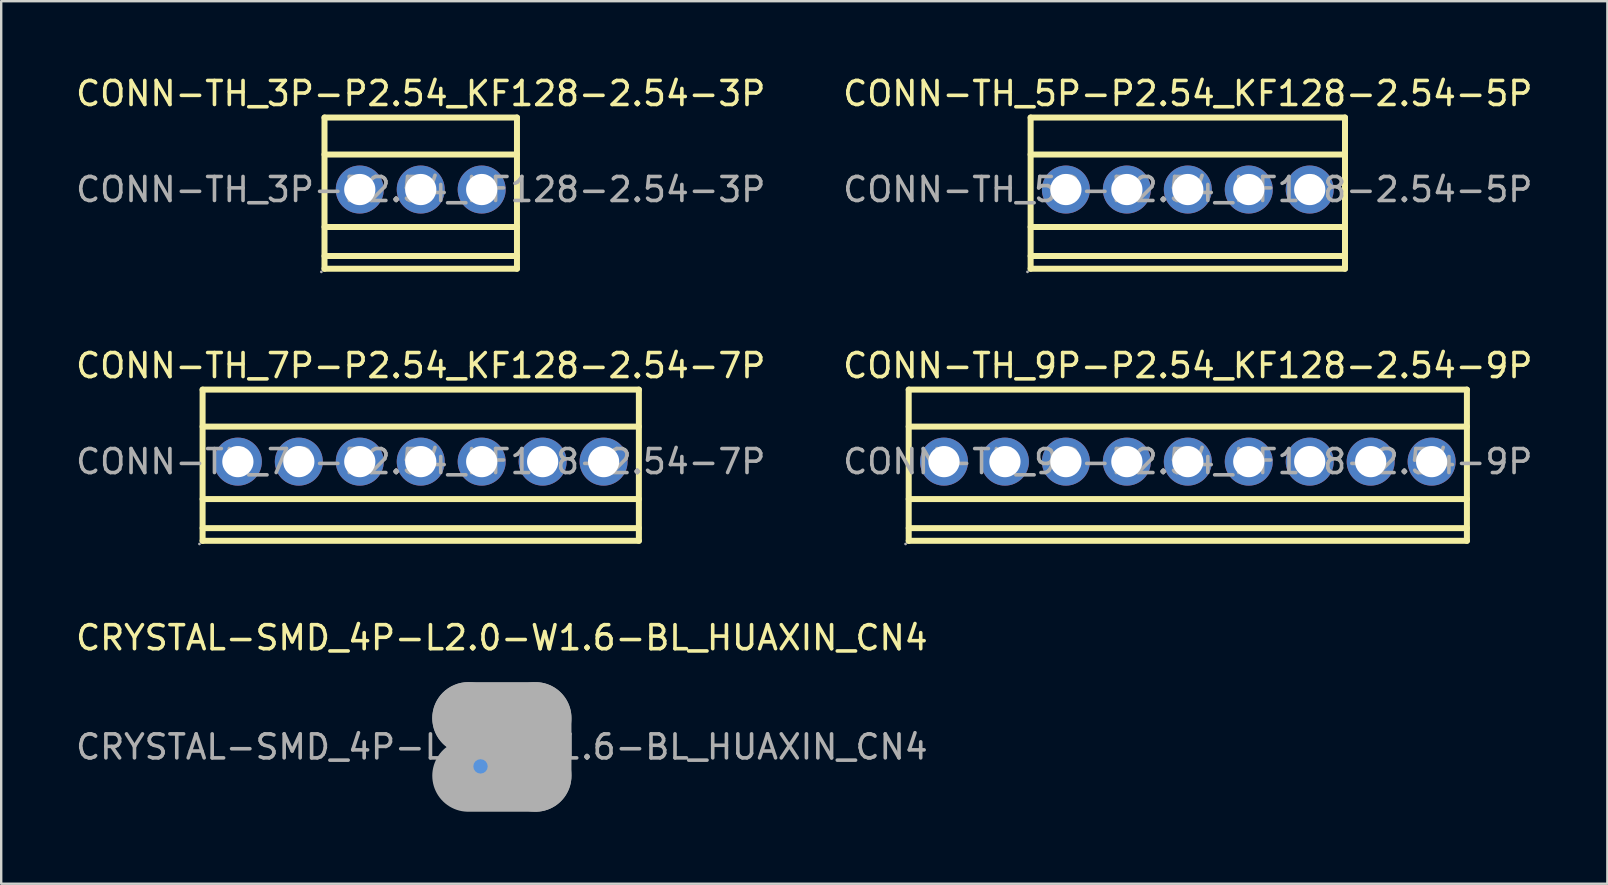
<source format=kicad_pcb>
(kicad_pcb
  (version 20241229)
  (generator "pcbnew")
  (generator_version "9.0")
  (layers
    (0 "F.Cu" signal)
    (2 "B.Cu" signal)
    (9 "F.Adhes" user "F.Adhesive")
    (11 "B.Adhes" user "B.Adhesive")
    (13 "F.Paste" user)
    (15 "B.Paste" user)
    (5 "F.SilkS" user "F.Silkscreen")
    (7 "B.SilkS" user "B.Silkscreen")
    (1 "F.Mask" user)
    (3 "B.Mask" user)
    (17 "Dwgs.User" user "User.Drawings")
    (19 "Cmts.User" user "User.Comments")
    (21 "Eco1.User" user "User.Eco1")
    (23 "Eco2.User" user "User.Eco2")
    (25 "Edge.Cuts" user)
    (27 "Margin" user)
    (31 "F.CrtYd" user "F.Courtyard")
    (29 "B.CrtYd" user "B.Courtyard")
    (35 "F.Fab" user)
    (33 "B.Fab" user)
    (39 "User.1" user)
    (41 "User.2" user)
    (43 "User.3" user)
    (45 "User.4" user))
  (footprint "CONN-TH_7P-P2.54_KF128-2.54-7P"
    (layer "F.Cu")
    (at 14.482 16.186)
    (property "Reference" "CONN-TH_7P-P2.54_KF128-2.54-7P" (at 0 -4 0) (layer "F.SilkS") (effects (font (size 1 1) (thickness 0.15))))
    (attr through_hole)
    (fp_line (start -9.09 -3) (end -9.09 3.3) (stroke (width 0.25) (type solid)) (layer "F.SilkS"))
    (fp_line (start -9.09 -3) (end 9.09 -3) (stroke (width 0.25) (type solid)) (layer "F.SilkS"))
    (fp_line (start -9.09 -1.46) (end 9.09 -1.46) (stroke (width 0.25) (type solid)) (layer "F.SilkS"))
    (fp_line (start -9.09 1.56) (end 9.09 1.56) (stroke (width 0.25) (type solid)) (layer "F.SilkS"))
    (fp_line (start -9.09 2.77) (end 9.09 2.77) (stroke (width 0.25) (type solid)) (layer "F.SilkS"))
    (fp_line (start -9.09 3.3) (end 9.09 3.3) (stroke (width 0.25) (type solid)) (layer "F.SilkS"))
    (fp_line (start 9.09 -3) (end 9.09 3.3) (stroke (width 0.25) (type solid)) (layer "F.SilkS"))
    (fp_circle (center -9.22 3.43) (end -9.19 3.43) (stroke (width 0.06) (type solid)) (fill no) (layer "F.Fab"))
    (fp_circle (center -7.62 0) (end -7.34 0) (stroke (width 0.55) (type solid)) (fill no) (layer "F.Fab"))
    (fp_circle (center -5.08 0) (end -4.8 0) (stroke (width 0.55) (type solid)) (fill no) (layer "F.Fab"))
    (fp_circle (center -2.54 0) (end -2.26 0) (stroke (width 0.55) (type solid)) (fill no) (layer "F.Fab"))
    (fp_circle (center 0 0) (end 0.28 0) (stroke (width 0.55) (type solid)) (fill no) (layer "F.Fab"))
    (fp_circle (center 2.54 0) (end 2.82 0) (stroke (width 0.55) (type solid)) (fill no) (layer "F.Fab"))
    (fp_circle (center 5.08 0) (end 5.36 0) (stroke (width 0.55) (type solid)) (fill no) (layer "F.Fab"))
    (fp_circle (center 7.62 0) (end 7.9 0) (stroke (width 0.55) (type solid)) (fill no) (layer "F.Fab"))
    (fp_text user "${REFERENCE}" (at 0 0 0) (layer "F.Fab") (effects (font (size 1 1) (thickness 0.15))))
    (pad "1" thru_hole circle (at -7.62 0) (size 2 2) (drill 1.3) (layers "*.Cu" "*.Mask"))
    (pad "2" thru_hole circle (at -5.08 0) (size 2 2) (drill 1.3) (layers "*.Cu" "*.Mask"))
    (pad "3" thru_hole circle (at -2.54 0) (size 2 2) (drill 1.3) (layers "*.Cu" "*.Mask"))
    (pad "4" thru_hole circle (at 0 0) (size 2 2) (drill 1.3) (layers "*.Cu" "*.Mask"))
    (pad "5" thru_hole circle (at 2.54 0) (size 2 2) (drill 1.3) (layers "*.Cu" "*.Mask"))
    (pad "6" thru_hole circle (at 5.08 0) (size 2 2) (drill 1.3) (layers "*.Cu" "*.Mask"))
    (pad "7" thru_hole circle (at 7.62 0) (size 2 2) (drill 1.3) (layers "*.Cu" "*.Mask")))
  (footprint "CRYSTAL-SMD_4P-L2.0-W1.6-BL_HUAXIN_CN4"
    (layer "F.Cu")
    (at 17.863 28.075)
    (property "Reference" "CRYSTAL-SMD_4P-L2.0-W1.6-BL_HUAXIN_CN4" (at 0 -4.55 0) (layer "F.SilkS") (effects (font (size 1 1) (thickness 0.15))))
    (attr smd)
    (fp_line (start -1.8 0) (end -1.8 1.6) (stroke (width 0.25) (type solid)) (layer "F.SilkS"))
    (fp_line (start -1.8 1.6) (end -0.1 1.6) (stroke (width 0.25) (type solid)) (layer "F.SilkS"))
    (fp_circle (center -0.89 0.81) (end -0.74 0.81) (stroke (width 0.3) (type solid)) (fill no) (layer "Cmts.User"))
    (fp_line (start -1.4 -1.2) (end -1.4 -1.2) (stroke (width 3) (type solid)) (layer "F.Fab"))
    (fp_line (start -1.4 -1.2) (end 1.4 -1.2) (stroke (width 3) (type solid)) (layer "F.Fab"))
    (fp_line (start 1.4 -1.2) (end 1.4 1.2) (stroke (width 3) (type solid)) (layer "F.Fab"))
    (fp_line (start 1.4 1.2) (end -1.4 1.2) (stroke (width 3) (type solid)) (layer "F.Fab"))
    (fp_circle (center -1 0.85) (end -0.97 0.85) (stroke (width 0.06) (type solid)) (fill no) (layer "F.Fab"))
    (fp_text user "${REFERENCE}" (at 0 0 0) (layer "F.Fab") (effects (font (size 1 1) (thickness 0.15))))
    (pad "1" smd rect (at -0.7 0.55) (size 0.9 0.8) (layers "F.Cu" "F.Mask" "F.Paste"))
    (pad "2" smd rect (at 0.7 0.55) (size 0.9 0.8) (layers "F.Cu" "F.Mask" "F.Paste"))
    (pad "3" smd rect (at 0.7 -0.55) (size 0.9 0.8) (layers "F.Cu" "F.Mask" "F.Paste"))
    (pad "4" smd rect (at -0.7 -0.55) (size 0.9 0.8) (layers "F.Cu" "F.Mask" "F.Paste")))
  (footprint "CONN-TH_9P-P2.54_KF128-2.54-9P"
    (layer "F.Cu")
    (at 46.446 16.186)
    (property "Reference" "CONN-TH_9P-P2.54_KF128-2.54-9P" (at 0 -4 0) (layer "F.SilkS") (effects (font (size 1 1) (thickness 0.15))))
    (attr through_hole)
    (fp_line (start -11.63 -3) (end -11.63 3.3) (stroke (width 0.25) (type solid)) (layer "F.SilkS"))
    (fp_line (start -11.63 -3) (end 11.63 -3) (stroke (width 0.25) (type solid)) (layer "F.SilkS"))
    (fp_line (start -11.63 -1.46) (end 11.63 -1.46) (stroke (width 0.25) (type solid)) (layer "F.SilkS"))
    (fp_line (start -11.63 1.56) (end 11.63 1.56) (stroke (width 0.25) (type solid)) (layer "F.SilkS"))
    (fp_line (start -11.63 2.77) (end 11.63 2.77) (stroke (width 0.25) (type solid)) (layer "F.SilkS"))
    (fp_line (start -11.63 3.3) (end 11.63 3.3) (stroke (width 0.25) (type solid)) (layer "F.SilkS"))
    (fp_line (start 11.63 -3) (end 11.63 3.3) (stroke (width 0.25) (type solid)) (layer "F.SilkS"))
    (fp_circle (center -11.76 3.43) (end -11.73 3.43) (stroke (width 0.06) (type solid)) (fill no) (layer "F.Fab"))
    (fp_circle (center -10.16 0) (end -9.88 0) (stroke (width 0.55) (type solid)) (fill no) (layer "F.Fab"))
    (fp_circle (center -7.62 0) (end -7.34 0) (stroke (width 0.55) (type solid)) (fill no) (layer "F.Fab"))
    (fp_circle (center -5.08 0) (end -4.8 0) (stroke (width 0.55) (type solid)) (fill no) (layer "F.Fab"))
    (fp_circle (center -2.54 0) (end -2.26 0) (stroke (width 0.55) (type solid)) (fill no) (layer "F.Fab"))
    (fp_circle (center 0 0) (end 0.28 0) (stroke (width 0.55) (type solid)) (fill no) (layer "F.Fab"))
    (fp_circle (center 2.54 0) (end 2.82 0) (stroke (width 0.55) (type solid)) (fill no) (layer "F.Fab"))
    (fp_circle (center 5.08 0) (end 5.36 0) (stroke (width 0.55) (type solid)) (fill no) (layer "F.Fab"))
    (fp_circle (center 7.62 0) (end 7.9 0) (stroke (width 0.55) (type solid)) (fill no) (layer "F.Fab"))
    (fp_circle (center 10.16 0) (end 10.44 0) (stroke (width 0.55) (type solid)) (fill no) (layer "F.Fab"))
    (fp_text user "${REFERENCE}" (at 0 0 0) (layer "F.Fab") (effects (font (size 1 1) (thickness 0.15))))
    (pad "1" thru_hole circle (at -10.16 0) (size 2 2) (drill 1.3) (layers "*.Cu" "*.Mask"))
    (pad "2" thru_hole circle (at -7.62 0) (size 2 2) (drill 1.3) (layers "*.Cu" "*.Mask"))
    (pad "3" thru_hole circle (at -5.08 0) (size 2 2) (drill 1.3) (layers "*.Cu" "*.Mask"))
    (pad "4" thru_hole circle (at -2.54 0) (size 2 2) (drill 1.3) (layers "*.Cu" "*.Mask"))
    (pad "5" thru_hole circle (at 0 0) (size 2 2) (drill 1.3) (layers "*.Cu" "*.Mask"))
    (pad "6" thru_hole circle (at 2.54 0) (size 2 2) (drill 1.3) (layers "*.Cu" "*.Mask"))
    (pad "7" thru_hole circle (at 5.08 0) (size 2 2) (drill 1.3) (layers "*.Cu" "*.Mask"))
    (pad "8" thru_hole circle (at 7.62 0) (size 2 2) (drill 1.3) (layers "*.Cu" "*.Mask"))
    (pad "9" thru_hole circle (at 10.16 0) (size 2 2) (drill 1.3) (layers "*.Cu" "*.Mask")))
  (footprint "CONN-TH_3P-P2.54_KF128-2.54-3P"
    (layer "F.Cu")
    (at 14.482 4.848)
    (property "Reference" "CONN-TH_3P-P2.54_KF128-2.54-3P" (at 0 -4 0) (layer "F.SilkS") (effects (font (size 1 1) (thickness 0.15))))
    (attr through_hole)
    (fp_line (start -4.01 -3) (end -4.01 3.3) (stroke (width 0.25) (type solid)) (layer "F.SilkS"))
    (fp_line (start -4.01 -3) (end 4.01 -3) (stroke (width 0.25) (type solid)) (layer "F.SilkS"))
    (fp_line (start -4.01 -1.46) (end 4.01 -1.46) (stroke (width 0.25) (type solid)) (layer "F.SilkS"))
    (fp_line (start -4.01 1.56) (end 4.01 1.56) (stroke (width 0.25) (type solid)) (layer "F.SilkS"))
    (fp_line (start -4.01 2.77) (end 4.01 2.77) (stroke (width 0.25) (type solid)) (layer "F.SilkS"))
    (fp_line (start -4.01 3.3) (end 4.01 3.3) (stroke (width 0.25) (type solid)) (layer "F.SilkS"))
    (fp_line (start 4.01 -3) (end 4.01 3.3) (stroke (width 0.25) (type solid)) (layer "F.SilkS"))
    (fp_circle (center -4.14 3.43) (end -4.11 3.43) (stroke (width 0.06) (type solid)) (fill no) (layer "F.Fab"))
    (fp_circle (center -2.54 0) (end -2.26 0) (stroke (width 0.55) (type solid)) (fill no) (layer "F.Fab"))
    (fp_circle (center 0 0) (end 0.28 0) (stroke (width 0.55) (type solid)) (fill no) (layer "F.Fab"))
    (fp_circle (center 2.54 0) (end 2.82 0) (stroke (width 0.55) (type solid)) (fill no) (layer "F.Fab"))
    (fp_text user "${REFERENCE}" (at 0 0 0) (layer "F.Fab") (effects (font (size 1 1) (thickness 0.15))))
    (pad "1" thru_hole circle (at -2.54 0) (size 2 2) (drill 1.3) (layers "*.Cu" "*.Mask"))
    (pad "2" thru_hole circle (at 0 0) (size 2 2) (drill 1.3) (layers "*.Cu" "*.Mask"))
    (pad "3" thru_hole circle (at 2.54 0) (size 2 2) (drill 1.3) (layers "*.Cu" "*.Mask")))
  (footprint "CONN-TH_5P-P2.54_KF128-2.54-5P"
    (layer "F.Cu")
    (at 46.446 4.848)
    (property "Reference" "CONN-TH_5P-P2.54_KF128-2.54-5P" (at 0 -4 0) (layer "F.SilkS") (effects (font (size 1 1) (thickness 0.15))))
    (attr through_hole)
    (fp_line (start -6.55 -3) (end -6.55 3.3) (stroke (width 0.25) (type solid)) (layer "F.SilkS"))
    (fp_line (start -6.55 -3) (end 6.55 -3) (stroke (width 0.25) (type solid)) (layer "F.SilkS"))
    (fp_line (start -6.55 -1.46) (end 6.55 -1.46) (stroke (width 0.25) (type solid)) (layer "F.SilkS"))
    (fp_line (start -6.55 1.56) (end 6.55 1.56) (stroke (width 0.25) (type solid)) (layer "F.SilkS"))
    (fp_line (start -6.55 2.77) (end 6.55 2.77) (stroke (width 0.25) (type solid)) (layer "F.SilkS"))
    (fp_line (start -6.55 3.3) (end 6.55 3.3) (stroke (width 0.25) (type solid)) (layer "F.SilkS"))
    (fp_line (start 6.55 -3) (end 6.55 3.3) (stroke (width 0.25) (type solid)) (layer "F.SilkS"))
    (fp_circle (center -6.68 3.43) (end -6.65 3.43) (stroke (width 0.06) (type solid)) (fill no) (layer "F.Fab"))
    (fp_circle (center -5.08 0) (end -4.8 0) (stroke (width 0.55) (type solid)) (fill no) (layer "F.Fab"))
    (fp_circle (center -2.54 0) (end -2.26 0) (stroke (width 0.55) (type solid)) (fill no) (layer "F.Fab"))
    (fp_circle (center 0 0) (end 0.28 0) (stroke (width 0.55) (type solid)) (fill no) (layer "F.Fab"))
    (fp_circle (center 2.54 0) (end 2.82 0) (stroke (width 0.55) (type solid)) (fill no) (layer "F.Fab"))
    (fp_circle (center 5.08 0) (end 5.36 0) (stroke (width 0.55) (type solid)) (fill no) (layer "F.Fab"))
    (fp_text user "${REFERENCE}" (at 0 0 0) (layer "F.Fab") (effects (font (size 1 1) (thickness 0.15))))
    (pad "1" thru_hole circle (at -5.08 0) (size 2 2) (drill 1.3) (layers "*.Cu" "*.Mask"))
    (pad "2" thru_hole circle (at -2.54 0) (size 2 2) (drill 1.3) (layers "*.Cu" "*.Mask"))
    (pad "3" thru_hole circle (at 0 0) (size 2 2) (drill 1.3) (layers "*.Cu" "*.Mask"))
    (pad "4" thru_hole circle (at 2.54 0) (size 2 2) (drill 1.3) (layers "*.Cu" "*.Mask"))
    (pad "5" thru_hole circle (at 5.08 0) (size 2 2) (drill 1.3) (layers "*.Cu" "*.Mask")))
  (gr_rect
    (start -3 -3)
    (end 63.929 33.775)
    (stroke (width 0.1) (type default))
    (fill no)
    (layer "Edge.Cuts")))
</source>
